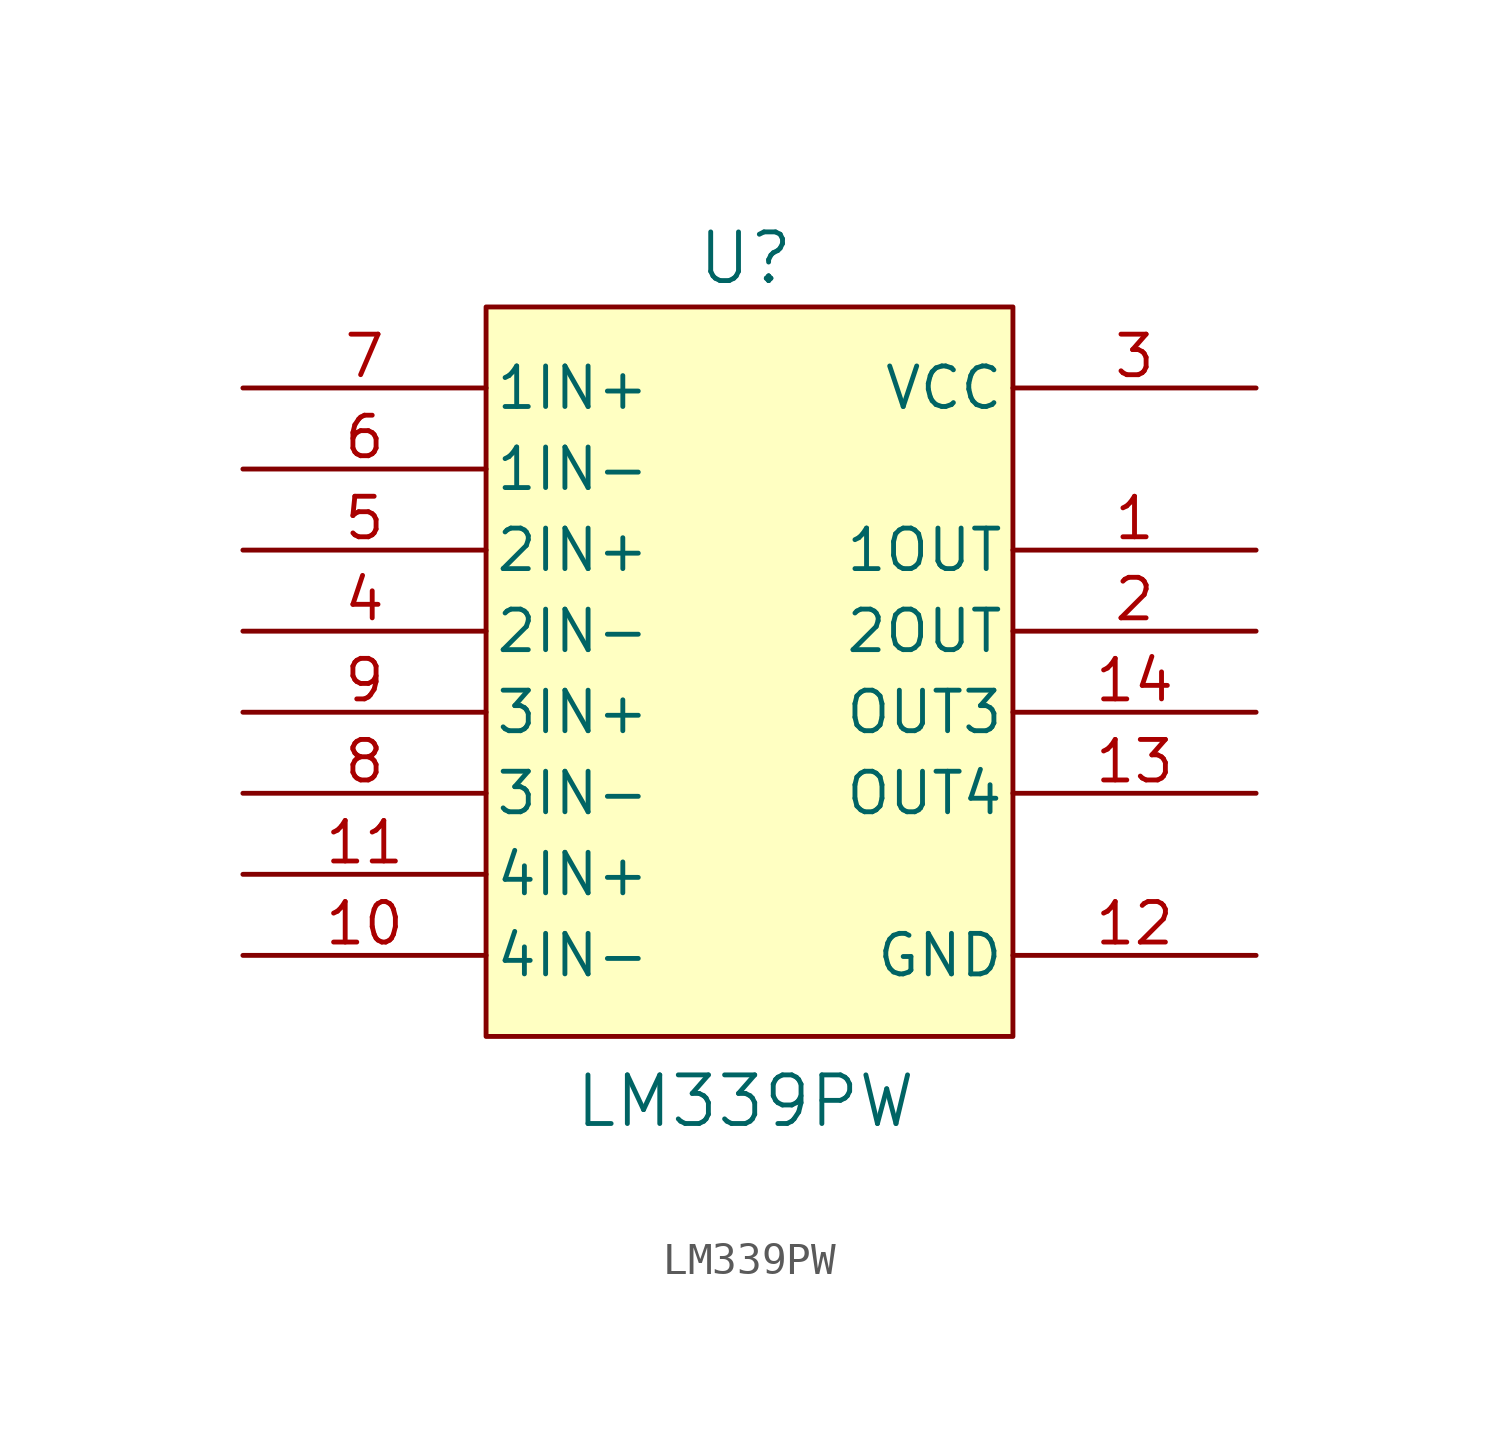
<source format=kicad_sym>
(kicad_symbol_lib
  (version 20241209)
  (generator "kicad_symbol_editor")
  (generator_version "9.0")
  (symbol "LM339PW"
    (pin_names
      (offset 0.254))
    (property "Reference" "U"
      (at 23.368 4.064 0)
      (effects (font (size 1.524 1.524))))
    (property "Value" "LM339PW"
      (at 23.368 -22.352 0)
      (effects (font (size 1.524 1.524))))
    (property "ki_locked" ""
      (at 0 0 0)
      (effects (font (size 1.27 1.27))))
    (symbol "LM339PW_0_1"
      (pin input line (at 7.62 0 0) (length 7.62) (name "1IN+" (effects (font (size 1.27 1.27)))) (number "7" (effects (font (size 1.27 1.27)))))
      (pin input line (at 7.62 -2.54 0) (length 7.62) (name "1IN-" (effects (font (size 1.27 1.27)))) (number "6" (effects (font (size 1.27 1.27)))))
      (pin input line (at 7.62 -5.08 0) (length 7.62) (name "2IN+" (effects (font (size 1.27 1.27)))) (number "5" (effects (font (size 1.27 1.27)))))
      (pin input line (at 7.62 -7.62 0) (length 7.62) (name "2IN-" (effects (font (size 1.27 1.27)))) (number "4" (effects (font (size 1.27 1.27)))))
      (pin input line (at 7.62 -10.16 0) (length 7.62) (name "3IN+" (effects (font (size 1.27 1.27)))) (number "9" (effects (font (size 1.27 1.27)))))
      (pin input line (at 7.62 -12.7 0) (length 7.62) (name "3IN-" (effects (font (size 1.27 1.27)))) (number "8" (effects (font (size 1.27 1.27)))))
      (pin input line (at 7.62 -15.24 0) (length 7.62) (name "4IN+" (effects (font (size 1.27 1.27)))) (number "11" (effects (font (size 1.27 1.27)))))
      (pin input line (at 7.62 -17.78 0) (length 7.62) (name "4IN-" (effects (font (size 1.27 1.27)))) (number "10" (effects (font (size 1.27 1.27)))))
      (pin power_in line (at 39.37 0 180) (length 7.62) (name "VCC" (effects (font (size 1.27 1.27)))) (number "3" (effects (font (size 1.27 1.27)))))
      (pin output line (at 39.37 -5.08 180) (length 7.62) (name "1OUT" (effects (font (size 1.27 1.27)))) (number "1" (effects (font (size 1.27 1.27)))))
      (pin output line (at 39.37 -7.62 180) (length 7.62) (name "2OUT" (effects (font (size 1.27 1.27)))) (number "2" (effects (font (size 1.27 1.27)))))
      (pin output line (at 39.37 -10.16 180) (length 7.62) (name "OUT3" (effects (font (size 1.27 1.27)))) (number "14" (effects (font (size 1.27 1.27)))))
      (pin output line (at 39.37 -12.7 180) (length 7.62) (name "OUT4" (effects (font (size 1.27 1.27)))) (number "13" (effects (font (size 1.27 1.27)))))
      (pin power_in line (at 39.37 -17.78 180) (length 7.62) (name "GND" (effects (font (size 1.27 1.27)))) (number "12" (effects (font (size 1.27 1.27))))))
    (symbol "LM339PW_1_1"
      (rectangle (start 15.24 2.54) (end 31.75 -20.32) (stroke (width 0) (type default)) (fill (type background))))))
</source>
